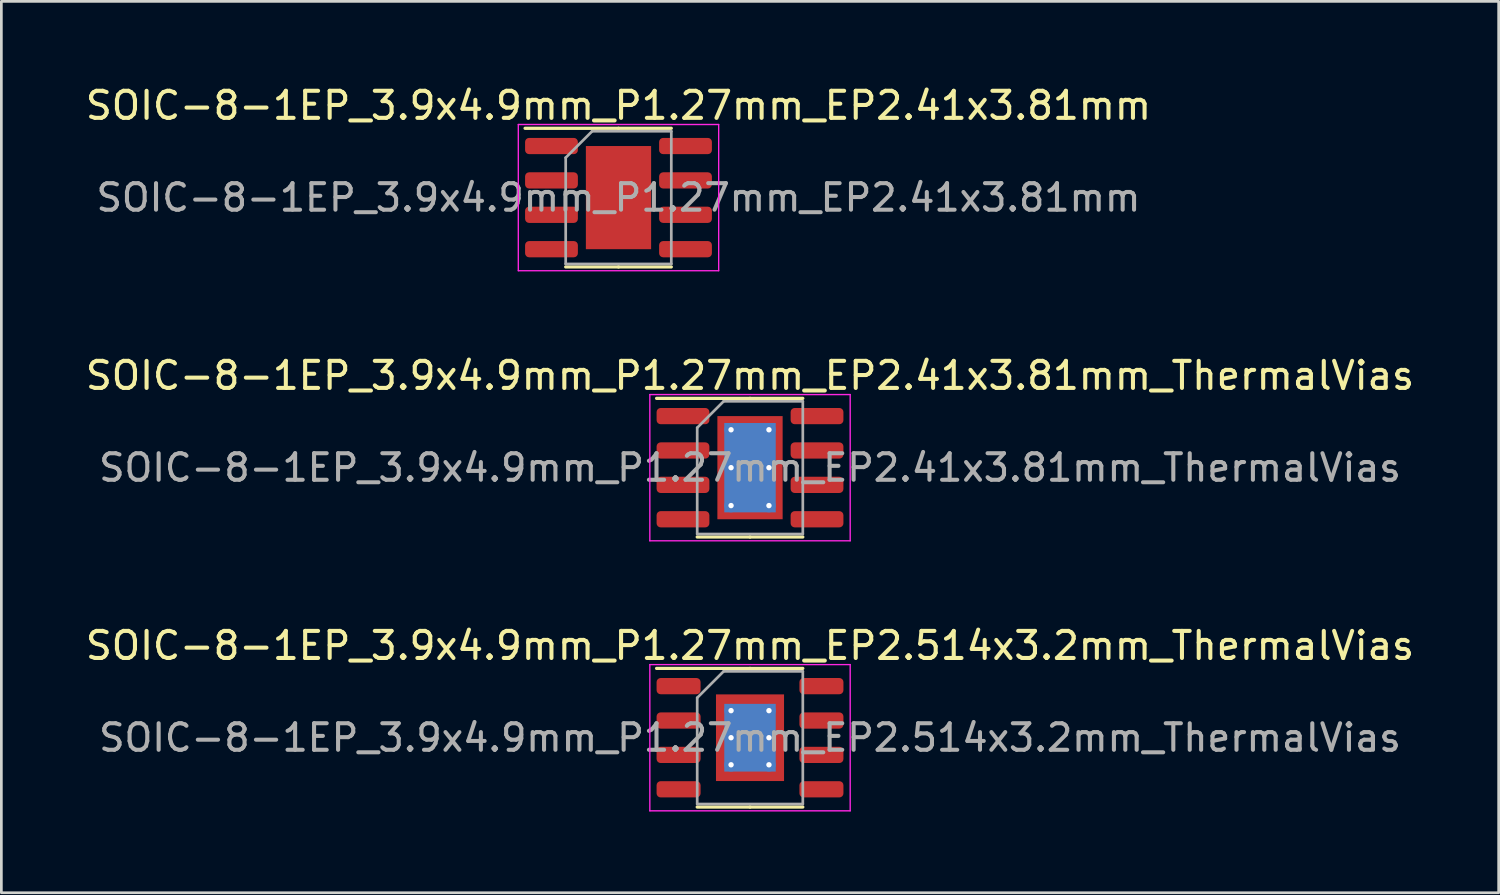
<source format=kicad_pcb>
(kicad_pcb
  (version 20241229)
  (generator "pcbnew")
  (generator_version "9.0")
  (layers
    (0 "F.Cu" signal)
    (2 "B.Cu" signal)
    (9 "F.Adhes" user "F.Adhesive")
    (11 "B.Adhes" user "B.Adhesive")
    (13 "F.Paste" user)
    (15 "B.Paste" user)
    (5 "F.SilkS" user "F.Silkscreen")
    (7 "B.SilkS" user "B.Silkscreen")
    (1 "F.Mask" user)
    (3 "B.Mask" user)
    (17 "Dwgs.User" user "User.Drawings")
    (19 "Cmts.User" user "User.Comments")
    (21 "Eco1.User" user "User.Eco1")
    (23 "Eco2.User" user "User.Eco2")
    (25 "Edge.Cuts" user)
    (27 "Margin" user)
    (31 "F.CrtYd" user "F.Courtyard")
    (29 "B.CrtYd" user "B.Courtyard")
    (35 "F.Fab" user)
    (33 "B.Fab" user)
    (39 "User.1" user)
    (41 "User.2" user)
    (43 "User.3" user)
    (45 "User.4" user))
  (footprint "SOIC-8-1EP_3.9x4.9mm_P1.27mm_EP2.514x3.2mm_ThermalVias"
    (layer "F.Cu")
    (at 24.649 24.195)
    (property "Reference" "SOIC-8-1EP_3.9x4.9mm_P1.27mm_EP2.514x3.2mm_ThermalVias" (at 0 -3.4 0) (layer "F.SilkS") (effects (font (size 1 1) (thickness 0.15))))
    (attr smd)
    (fp_line (start 0 -2.56) (end -3.45 -2.56) (stroke (width 0.12) (type solid)) (layer "F.SilkS"))
    (fp_line (start 0 -2.56) (end 1.95 -2.56) (stroke (width 0.12) (type solid)) (layer "F.SilkS"))
    (fp_line (start 0 2.56) (end -1.95 2.56) (stroke (width 0.12) (type solid)) (layer "F.SilkS"))
    (fp_line (start 0 2.56) (end 1.95 2.56) (stroke (width 0.12) (type solid)) (layer "F.SilkS"))
    (fp_line (start -3.7 -2.7) (end -3.7 2.7) (stroke (width 0.05) (type solid)) (layer "F.CrtYd"))
    (fp_line (start -3.7 2.7) (end 3.7 2.7) (stroke (width 0.05) (type solid)) (layer "F.CrtYd"))
    (fp_line (start 3.7 -2.7) (end -3.7 -2.7) (stroke (width 0.05) (type solid)) (layer "F.CrtYd"))
    (fp_line (start 3.7 2.7) (end 3.7 -2.7) (stroke (width 0.05) (type solid)) (layer "F.CrtYd"))
    (fp_line (start -1.95 -1.475) (end -0.975 -2.45) (stroke (width 0.1) (type solid)) (layer "F.Fab"))
    (fp_line (start -1.95 2.45) (end -1.95 -1.475) (stroke (width 0.1) (type solid)) (layer "F.Fab"))
    (fp_line (start -0.975 -2.45) (end 1.95 -2.45) (stroke (width 0.1) (type solid)) (layer "F.Fab"))
    (fp_line (start 1.95 -2.45) (end 1.95 2.45) (stroke (width 0.1) (type solid)) (layer "F.Fab"))
    (fp_line (start 1.95 2.45) (end -1.95 2.45) (stroke (width 0.1) (type solid)) (layer "F.Fab"))
    (fp_text user "${REFERENCE}" (at 0 0 0) (layer "F.Fab") (effects (font (size 0.98 0.98) (thickness 0.15))))
    (pad "" smd roundrect (at -0.63 -0.8) (size 1.05 1.34) (layers "F.Paste") (roundrect_rratio 0.238))
    (pad "" smd roundrect (at -0.63 0.8) (size 1.05 1.34) (layers "F.Paste") (roundrect_rratio 0.238))
    (pad "" smd roundrect (at 0.63 -0.8) (size 1.05 1.34) (layers "F.Paste") (roundrect_rratio 0.238))
    (pad "" smd roundrect (at 0.63 0.8) (size 1.05 1.34) (layers "F.Paste") (roundrect_rratio 0.238))
    (pad "1" smd roundrect (at -2.638 -1.905) (size 1.625 0.6) (layers "F.Cu" "F.Mask" "F.Paste") (roundrect_rratio 0.25))
    (pad "2" smd roundrect (at -2.638 -0.635) (size 1.625 0.6) (layers "F.Cu" "F.Mask" "F.Paste") (roundrect_rratio 0.25))
    (pad "3" smd roundrect (at -2.638 0.635) (size 1.625 0.6) (layers "F.Cu" "F.Mask" "F.Paste") (roundrect_rratio 0.25))
    (pad "4" smd roundrect (at -2.638 1.905) (size 1.625 0.6) (layers "F.Cu" "F.Mask" "F.Paste") (roundrect_rratio 0.25))
    (pad "5" smd roundrect (at 2.638 1.905) (size 1.625 0.6) (layers "F.Cu" "F.Mask" "F.Paste") (roundrect_rratio 0.25))
    (pad "6" smd roundrect (at 2.638 0.635) (size 1.625 0.6) (layers "F.Cu" "F.Mask" "F.Paste") (roundrect_rratio 0.25))
    (pad "7" smd roundrect (at 2.638 -0.635) (size 1.625 0.6) (layers "F.Cu" "F.Mask" "F.Paste") (roundrect_rratio 0.25))
    (pad "8" smd roundrect (at 2.638 -1.905) (size 1.625 0.6) (layers "F.Cu" "F.Mask" "F.Paste") (roundrect_rratio 0.25))
    (pad "9" thru_hole circle (at -0.7 -1) (size 0.5 0.5) (drill 0.2) (layers "*.Cu"))
    (pad "9" thru_hole circle (at -0.7 0) (size 0.5 0.5) (drill 0.2) (layers "*.Cu"))
    (pad "9" thru_hole circle (at -0.7 1) (size 0.5 0.5) (drill 0.2) (layers "*.Cu"))
    (pad "9" smd rect (at 0 0) (size 1.9 2.5) (layers "B.Cu"))
    (pad "9" smd rect (at 0 0) (size 2.514 3.2) (layers "F.Cu" "F.Mask"))
    (pad "9" thru_hole circle (at 0.7 -1) (size 0.5 0.5) (drill 0.2) (layers "*.Cu"))
    (pad "9" thru_hole circle (at 0.7 0) (size 0.5 0.5) (drill 0.2) (layers "*.Cu"))
    (pad "9" thru_hole circle (at 0.7 1) (size 0.5 0.5) (drill 0.2) (layers "*.Cu")))
  (footprint "SOIC-8-1EP_3.9x4.9mm_P1.27mm_EP2.41x3.81mm"
    (layer "F.Cu")
    (at 19.792 4.248)
    (property "Reference" "SOIC-8-1EP_3.9x4.9mm_P1.27mm_EP2.41x3.81mm" (at 0 -3.4 0) (layer "F.SilkS") (effects (font (size 1 1) (thickness 0.15))))
    (attr smd)
    (fp_line (start 0 -2.56) (end -3.45 -2.56) (stroke (width 0.12) (type solid)) (layer "F.SilkS"))
    (fp_line (start 0 -2.56) (end 1.95 -2.56) (stroke (width 0.12) (type solid)) (layer "F.SilkS"))
    (fp_line (start 0 2.56) (end -1.95 2.56) (stroke (width 0.12) (type solid)) (layer "F.SilkS"))
    (fp_line (start 0 2.56) (end 1.95 2.56) (stroke (width 0.12) (type solid)) (layer "F.SilkS"))
    (fp_line (start -3.7 -2.7) (end -3.7 2.7) (stroke (width 0.05) (type solid)) (layer "F.CrtYd"))
    (fp_line (start -3.7 2.7) (end 3.7 2.7) (stroke (width 0.05) (type solid)) (layer "F.CrtYd"))
    (fp_line (start 3.7 -2.7) (end -3.7 -2.7) (stroke (width 0.05) (type solid)) (layer "F.CrtYd"))
    (fp_line (start 3.7 2.7) (end 3.7 -2.7) (stroke (width 0.05) (type solid)) (layer "F.CrtYd"))
    (fp_line (start -1.95 -1.475) (end -0.975 -2.45) (stroke (width 0.1) (type solid)) (layer "F.Fab"))
    (fp_line (start -1.95 2.45) (end -1.95 -1.475) (stroke (width 0.1) (type solid)) (layer "F.Fab"))
    (fp_line (start -0.975 -2.45) (end 1.95 -2.45) (stroke (width 0.1) (type solid)) (layer "F.Fab"))
    (fp_line (start 1.95 -2.45) (end 1.95 2.45) (stroke (width 0.1) (type solid)) (layer "F.Fab"))
    (fp_line (start 1.95 2.45) (end -1.95 2.45) (stroke (width 0.1) (type solid)) (layer "F.Fab"))
    (fp_text user "${REFERENCE}" (at 0 0 0) (layer "F.Fab") (effects (font (size 0.98 0.98) (thickness 0.15))))
    (pad "" smd roundrect (at -0.6 -0.95) (size 0.97 1.54) (layers "F.Paste") (roundrect_rratio 0.25))
    (pad "" smd roundrect (at -0.6 0.95) (size 0.97 1.54) (layers "F.Paste") (roundrect_rratio 0.25))
    (pad "" smd roundrect (at 0.6 -0.95) (size 0.97 1.54) (layers "F.Paste") (roundrect_rratio 0.25))
    (pad "" smd roundrect (at 0.6 0.95) (size 0.97 1.54) (layers "F.Paste") (roundrect_rratio 0.25))
    (pad "1" smd roundrect (at -2.475 -1.905) (size 1.95 0.6) (layers "F.Cu" "F.Mask" "F.Paste") (roundrect_rratio 0.25))
    (pad "2" smd roundrect (at -2.475 -0.635) (size 1.95 0.6) (layers "F.Cu" "F.Mask" "F.Paste") (roundrect_rratio 0.25))
    (pad "3" smd roundrect (at -2.475 0.635) (size 1.95 0.6) (layers "F.Cu" "F.Mask" "F.Paste") (roundrect_rratio 0.25))
    (pad "4" smd roundrect (at -2.475 1.905) (size 1.95 0.6) (layers "F.Cu" "F.Mask" "F.Paste") (roundrect_rratio 0.25))
    (pad "5" smd roundrect (at 2.475 1.905) (size 1.95 0.6) (layers "F.Cu" "F.Mask" "F.Paste") (roundrect_rratio 0.25))
    (pad "6" smd roundrect (at 2.475 0.635) (size 1.95 0.6) (layers "F.Cu" "F.Mask" "F.Paste") (roundrect_rratio 0.25))
    (pad "7" smd roundrect (at 2.475 -0.635) (size 1.95 0.6) (layers "F.Cu" "F.Mask" "F.Paste") (roundrect_rratio 0.25))
    (pad "8" smd roundrect (at 2.475 -1.905) (size 1.95 0.6) (layers "F.Cu" "F.Mask" "F.Paste") (roundrect_rratio 0.25))
    (pad "9" smd rect (at 0 0) (size 2.41 3.81) (layers "F.Cu" "F.Mask")))
  (footprint "SOIC-8-1EP_3.9x4.9mm_P1.27mm_EP2.41x3.81mm_ThermalVias"
    (layer "F.Cu")
    (at 24.649 14.222)
    (property "Reference" "SOIC-8-1EP_3.9x4.9mm_P1.27mm_EP2.41x3.81mm_ThermalVias" (at 0 -3.4 0) (layer "F.SilkS") (effects (font (size 1 1) (thickness 0.15))))
    (attr smd)
    (fp_line (start 0 -2.56) (end -3.45 -2.56) (stroke (width 0.12) (type solid)) (layer "F.SilkS"))
    (fp_line (start 0 -2.56) (end 1.95 -2.56) (stroke (width 0.12) (type solid)) (layer "F.SilkS"))
    (fp_line (start 0 2.56) (end -1.95 2.56) (stroke (width 0.12) (type solid)) (layer "F.SilkS"))
    (fp_line (start 0 2.56) (end 1.95 2.56) (stroke (width 0.12) (type solid)) (layer "F.SilkS"))
    (fp_line (start -3.7 -2.7) (end -3.7 2.7) (stroke (width 0.05) (type solid)) (layer "F.CrtYd"))
    (fp_line (start -3.7 2.7) (end 3.7 2.7) (stroke (width 0.05) (type solid)) (layer "F.CrtYd"))
    (fp_line (start 3.7 -2.7) (end -3.7 -2.7) (stroke (width 0.05) (type solid)) (layer "F.CrtYd"))
    (fp_line (start 3.7 2.7) (end 3.7 -2.7) (stroke (width 0.05) (type solid)) (layer "F.CrtYd"))
    (fp_line (start -1.95 -1.475) (end -0.975 -2.45) (stroke (width 0.1) (type solid)) (layer "F.Fab"))
    (fp_line (start -1.95 2.45) (end -1.95 -1.475) (stroke (width 0.1) (type solid)) (layer "F.Fab"))
    (fp_line (start -0.975 -2.45) (end 1.95 -2.45) (stroke (width 0.1) (type solid)) (layer "F.Fab"))
    (fp_line (start 1.95 -2.45) (end 1.95 2.45) (stroke (width 0.1) (type solid)) (layer "F.Fab"))
    (fp_line (start 1.95 2.45) (end -1.95 2.45) (stroke (width 0.1) (type solid)) (layer "F.Fab"))
    (fp_text user "${REFERENCE}" (at 0 0 0) (layer "F.Fab") (effects (font (size 0.98 0.98) (thickness 0.15))))
    (pad "" smd roundrect (at -0.6 -0.95) (size 1.01 1.59) (layers "F.Paste") (roundrect_rratio 0.248))
    (pad "" smd roundrect (at -0.6 0.95) (size 1.01 1.59) (layers "F.Paste") (roundrect_rratio 0.248))
    (pad "" smd roundrect (at 0.6 -0.95) (size 1.01 1.59) (layers "F.Paste") (roundrect_rratio 0.248))
    (pad "" smd roundrect (at 0.6 0.95) (size 1.01 1.59) (layers "F.Paste") (roundrect_rratio 0.248))
    (pad "1" smd roundrect (at -2.475 -1.905) (size 1.95 0.6) (layers "F.Cu" "F.Mask" "F.Paste") (roundrect_rratio 0.25))
    (pad "2" smd roundrect (at -2.475 -0.635) (size 1.95 0.6) (layers "F.Cu" "F.Mask" "F.Paste") (roundrect_rratio 0.25))
    (pad "3" smd roundrect (at -2.475 0.635) (size 1.95 0.6) (layers "F.Cu" "F.Mask" "F.Paste") (roundrect_rratio 0.25))
    (pad "4" smd roundrect (at -2.475 1.905) (size 1.95 0.6) (layers "F.Cu" "F.Mask" "F.Paste") (roundrect_rratio 0.25))
    (pad "5" smd roundrect (at 2.475 1.905) (size 1.95 0.6) (layers "F.Cu" "F.Mask" "F.Paste") (roundrect_rratio 0.25))
    (pad "6" smd roundrect (at 2.475 0.635) (size 1.95 0.6) (layers "F.Cu" "F.Mask" "F.Paste") (roundrect_rratio 0.25))
    (pad "7" smd roundrect (at 2.475 -0.635) (size 1.95 0.6) (layers "F.Cu" "F.Mask" "F.Paste") (roundrect_rratio 0.25))
    (pad "8" smd roundrect (at 2.475 -1.905) (size 1.95 0.6) (layers "F.Cu" "F.Mask" "F.Paste") (roundrect_rratio 0.25))
    (pad "9" thru_hole circle (at -0.7 -1.4) (size 0.5 0.5) (drill 0.2) (layers "*.Cu"))
    (pad "9" thru_hole circle (at -0.7 0) (size 0.5 0.5) (drill 0.2) (layers "*.Cu"))
    (pad "9" thru_hole circle (at -0.7 1.4) (size 0.5 0.5) (drill 0.2) (layers "*.Cu"))
    (pad "9" smd rect (at 0 0) (size 1.9 3.3) (layers "B.Cu"))
    (pad "9" smd rect (at 0 0) (size 2.41 3.81) (layers "F.Cu" "F.Mask"))
    (pad "9" thru_hole circle (at 0.7 -1.4) (size 0.5 0.5) (drill 0.2) (layers "*.Cu"))
    (pad "9" thru_hole circle (at 0.7 0) (size 0.5 0.5) (drill 0.2) (layers "*.Cu"))
    (pad "9" thru_hole circle (at 0.7 1.4) (size 0.5 0.5) (drill 0.2) (layers "*.Cu")))
  (gr_rect
    (start -3 -3)
    (end 52.298 29.92)
    (stroke (width 0.1) (type default))
    (fill no)
    (layer "Edge.Cuts")))
</source>
